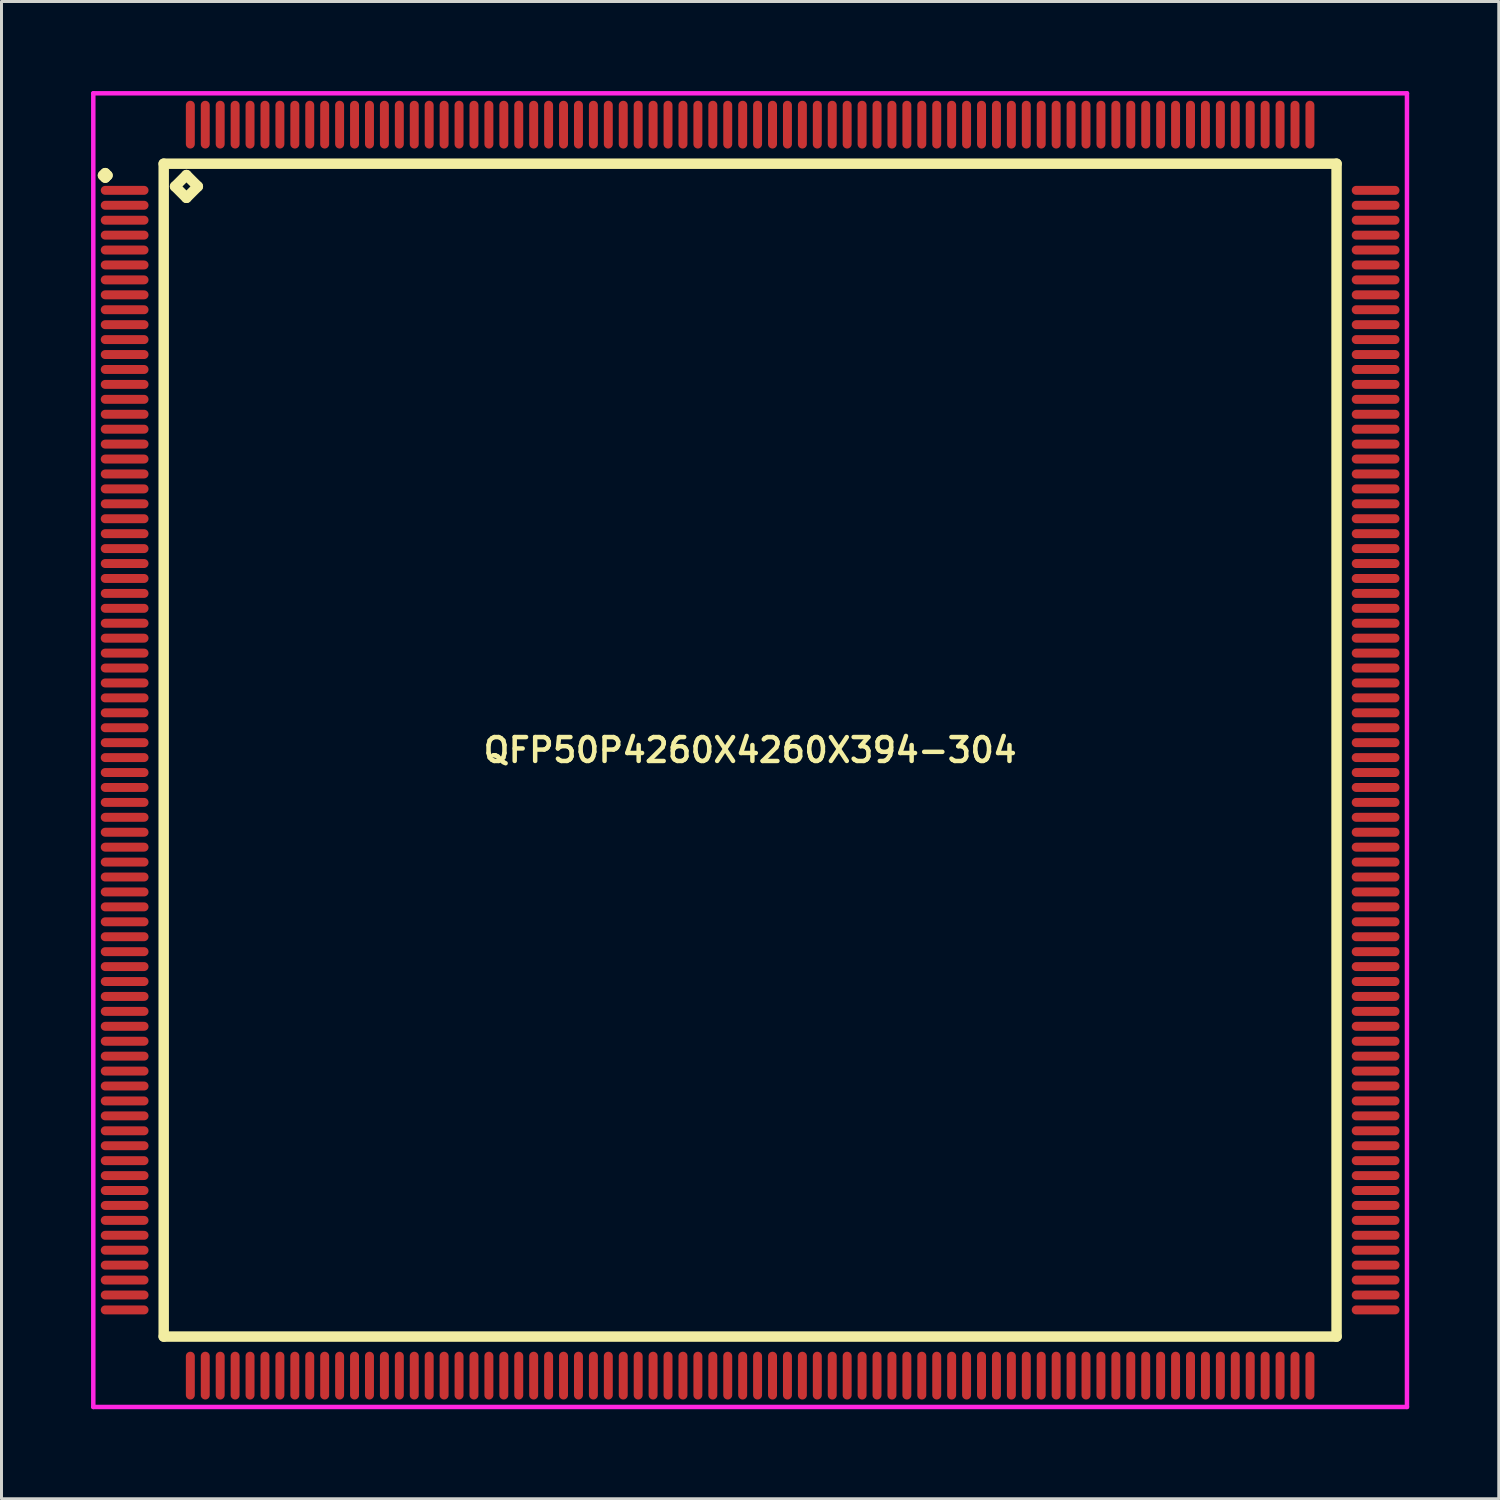
<source format=kicad_pcb>
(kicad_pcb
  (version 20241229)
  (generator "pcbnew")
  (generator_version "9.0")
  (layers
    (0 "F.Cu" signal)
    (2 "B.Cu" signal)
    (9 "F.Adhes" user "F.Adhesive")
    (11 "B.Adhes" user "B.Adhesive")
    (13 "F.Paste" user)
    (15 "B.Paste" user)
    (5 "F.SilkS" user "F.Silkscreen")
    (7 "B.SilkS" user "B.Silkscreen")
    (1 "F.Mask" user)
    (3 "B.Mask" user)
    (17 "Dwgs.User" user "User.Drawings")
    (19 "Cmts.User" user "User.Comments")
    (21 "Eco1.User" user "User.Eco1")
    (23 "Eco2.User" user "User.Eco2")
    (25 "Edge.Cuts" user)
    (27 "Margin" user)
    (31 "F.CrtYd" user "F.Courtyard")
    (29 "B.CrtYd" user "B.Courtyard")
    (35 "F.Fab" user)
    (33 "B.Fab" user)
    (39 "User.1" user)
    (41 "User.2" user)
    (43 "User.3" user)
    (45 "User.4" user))
  (footprint "QFP50P4260X4260X394-304"
    (layer "F.Cu")
    (at 22.075 22.075)
    (property "Reference" "QFP50P4260X4260X394-304" (at 0 0 0) (layer "F.SilkS") (effects (font (size 0.8 0.8) (thickness 0.15))))
    (attr through_hole)
    (fp_line (start -21.675 -19.25) (end -21.6 -19.325) (stroke (width 0.35) (type solid)) (layer "F.SilkS"))
    (fp_line (start -21.6 -19.325) (end -21.525 -19.25) (stroke (width 0.35) (type solid)) (layer "F.SilkS"))
    (fp_line (start -21.6 -19.175) (end -21.675 -19.25) (stroke (width 0.35) (type solid)) (layer "F.SilkS"))
    (fp_line (start -21.525 -19.25) (end -21.6 -19.175) (stroke (width 0.35) (type solid)) (layer "F.SilkS"))
    (fp_line (start -19.642 -19.642) (end -19.642 19.642) (stroke (width 0.35) (type solid)) (layer "F.SilkS"))
    (fp_line (start -19.642 19.642) (end 19.642 19.642) (stroke (width 0.35) (type solid)) (layer "F.SilkS"))
    (fp_line (start -19.261 -18.88) (end -18.88 -19.261) (stroke (width 0.35) (type solid)) (layer "F.SilkS"))
    (fp_line (start -18.88 -19.261) (end -18.499 -18.88) (stroke (width 0.35) (type solid)) (layer "F.SilkS"))
    (fp_line (start -18.88 -18.499) (end -19.261 -18.88) (stroke (width 0.35) (type solid)) (layer "F.SilkS"))
    (fp_line (start -18.499 -18.88) (end -18.88 -18.499) (stroke (width 0.35) (type solid)) (layer "F.SilkS"))
    (fp_line (start 19.642 -19.642) (end -19.642 -19.642) (stroke (width 0.35) (type solid)) (layer "F.SilkS"))
    (fp_line (start 19.642 19.642) (end 19.642 -19.642) (stroke (width 0.35) (type solid)) (layer "F.SilkS"))
    (fp_line (start -22 -22) (end 22 -22) (stroke (width 0.15) (type solid)) (layer "F.CrtYd"))
    (fp_line (start -22 22) (end -22 -22) (stroke (width 0.15) (type solid)) (layer "F.CrtYd"))
    (fp_line (start 22 -22) (end 22 22) (stroke (width 0.15) (type solid)) (layer "F.CrtYd"))
    (fp_line (start 22 22) (end -22 22) (stroke (width 0.15) (type solid)) (layer "F.CrtYd"))
    (pad "1" smd oval (at -20.95 -18.75) (size 1.6 0.3) (layers "F.Cu" "F.Mask" "F.Paste"))
    (pad "2" smd oval (at -20.95 -18.25) (size 1.6 0.3) (layers "F.Cu" "F.Mask" "F.Paste"))
    (pad "3" smd oval (at -20.95 -17.75) (size 1.6 0.3) (layers "F.Cu" "F.Mask" "F.Paste"))
    (pad "4" smd oval (at -20.95 -17.25) (size 1.6 0.3) (layers "F.Cu" "F.Mask" "F.Paste"))
    (pad "5" smd oval (at -20.95 -16.75) (size 1.6 0.3) (layers "F.Cu" "F.Mask" "F.Paste"))
    (pad "6" smd oval (at -20.95 -16.25) (size 1.6 0.3) (layers "F.Cu" "F.Mask" "F.Paste"))
    (pad "7" smd oval (at -20.95 -15.75) (size 1.6 0.3) (layers "F.Cu" "F.Mask" "F.Paste"))
    (pad "8" smd oval (at -20.95 -15.25) (size 1.6 0.3) (layers "F.Cu" "F.Mask" "F.Paste"))
    (pad "9" smd oval (at -20.95 -14.75) (size 1.6 0.3) (layers "F.Cu" "F.Mask" "F.Paste"))
    (pad "10" smd oval (at -20.95 -14.25) (size 1.6 0.3) (layers "F.Cu" "F.Mask" "F.Paste"))
    (pad "11" smd oval (at -20.95 -13.75) (size 1.6 0.3) (layers "F.Cu" "F.Mask" "F.Paste"))
    (pad "12" smd oval (at -20.95 -13.25) (size 1.6 0.3) (layers "F.Cu" "F.Mask" "F.Paste"))
    (pad "13" smd oval (at -20.95 -12.75) (size 1.6 0.3) (layers "F.Cu" "F.Mask" "F.Paste"))
    (pad "14" smd oval (at -20.95 -12.25) (size 1.6 0.3) (layers "F.Cu" "F.Mask" "F.Paste"))
    (pad "15" smd oval (at -20.95 -11.75) (size 1.6 0.3) (layers "F.Cu" "F.Mask" "F.Paste"))
    (pad "16" smd oval (at -20.95 -11.25) (size 1.6 0.3) (layers "F.Cu" "F.Mask" "F.Paste"))
    (pad "17" smd oval (at -20.95 -10.75) (size 1.6 0.3) (layers "F.Cu" "F.Mask" "F.Paste"))
    (pad "18" smd oval (at -20.95 -10.25) (size 1.6 0.3) (layers "F.Cu" "F.Mask" "F.Paste"))
    (pad "19" smd oval (at -20.95 -9.75) (size 1.6 0.3) (layers "F.Cu" "F.Mask" "F.Paste"))
    (pad "20" smd oval (at -20.95 -9.25) (size 1.6 0.3) (layers "F.Cu" "F.Mask" "F.Paste"))
    (pad "21" smd oval (at -20.95 -8.75) (size 1.6 0.3) (layers "F.Cu" "F.Mask" "F.Paste"))
    (pad "22" smd oval (at -20.95 -8.25) (size 1.6 0.3) (layers "F.Cu" "F.Mask" "F.Paste"))
    (pad "23" smd oval (at -20.95 -7.75) (size 1.6 0.3) (layers "F.Cu" "F.Mask" "F.Paste"))
    (pad "24" smd oval (at -20.95 -7.25) (size 1.6 0.3) (layers "F.Cu" "F.Mask" "F.Paste"))
    (pad "25" smd oval (at -20.95 -6.75) (size 1.6 0.3) (layers "F.Cu" "F.Mask" "F.Paste"))
    (pad "26" smd oval (at -20.95 -6.25) (size 1.6 0.3) (layers "F.Cu" "F.Mask" "F.Paste"))
    (pad "27" smd oval (at -20.95 -5.75) (size 1.6 0.3) (layers "F.Cu" "F.Mask" "F.Paste"))
    (pad "28" smd oval (at -20.95 -5.25) (size 1.6 0.3) (layers "F.Cu" "F.Mask" "F.Paste"))
    (pad "29" smd oval (at -20.95 -4.75) (size 1.6 0.3) (layers "F.Cu" "F.Mask" "F.Paste"))
    (pad "30" smd oval (at -20.95 -4.25) (size 1.6 0.3) (layers "F.Cu" "F.Mask" "F.Paste"))
    (pad "31" smd oval (at -20.95 -3.75) (size 1.6 0.3) (layers "F.Cu" "F.Mask" "F.Paste"))
    (pad "32" smd oval (at -20.95 -3.25) (size 1.6 0.3) (layers "F.Cu" "F.Mask" "F.Paste"))
    (pad "33" smd oval (at -20.95 -2.75) (size 1.6 0.3) (layers "F.Cu" "F.Mask" "F.Paste"))
    (pad "34" smd oval (at -20.95 -2.25) (size 1.6 0.3) (layers "F.Cu" "F.Mask" "F.Paste"))
    (pad "35" smd oval (at -20.95 -1.75) (size 1.6 0.3) (layers "F.Cu" "F.Mask" "F.Paste"))
    (pad "36" smd oval (at -20.95 -1.25) (size 1.6 0.3) (layers "F.Cu" "F.Mask" "F.Paste"))
    (pad "37" smd oval (at -20.95 -0.75) (size 1.6 0.3) (layers "F.Cu" "F.Mask" "F.Paste"))
    (pad "38" smd oval (at -20.95 -0.25) (size 1.6 0.3) (layers "F.Cu" "F.Mask" "F.Paste"))
    (pad "39" smd oval (at -20.95 0.25) (size 1.6 0.3) (layers "F.Cu" "F.Mask" "F.Paste"))
    (pad "40" smd oval (at -20.95 0.75) (size 1.6 0.3) (layers "F.Cu" "F.Mask" "F.Paste"))
    (pad "41" smd oval (at -20.95 1.25) (size 1.6 0.3) (layers "F.Cu" "F.Mask" "F.Paste"))
    (pad "42" smd oval (at -20.95 1.75) (size 1.6 0.3) (layers "F.Cu" "F.Mask" "F.Paste"))
    (pad "43" smd oval (at -20.95 2.25) (size 1.6 0.3) (layers "F.Cu" "F.Mask" "F.Paste"))
    (pad "44" smd oval (at -20.95 2.75) (size 1.6 0.3) (layers "F.Cu" "F.Mask" "F.Paste"))
    (pad "45" smd oval (at -20.95 3.25) (size 1.6 0.3) (layers "F.Cu" "F.Mask" "F.Paste"))
    (pad "46" smd oval (at -20.95 3.75) (size 1.6 0.3) (layers "F.Cu" "F.Mask" "F.Paste"))
    (pad "47" smd oval (at -20.95 4.25) (size 1.6 0.3) (layers "F.Cu" "F.Mask" "F.Paste"))
    (pad "48" smd oval (at -20.95 4.75) (size 1.6 0.3) (layers "F.Cu" "F.Mask" "F.Paste"))
    (pad "49" smd oval (at -20.95 5.25) (size 1.6 0.3) (layers "F.Cu" "F.Mask" "F.Paste"))
    (pad "50" smd oval (at -20.95 5.75) (size 1.6 0.3) (layers "F.Cu" "F.Mask" "F.Paste"))
    (pad "51" smd oval (at -20.95 6.25) (size 1.6 0.3) (layers "F.Cu" "F.Mask" "F.Paste"))
    (pad "52" smd oval (at -20.95 6.75) (size 1.6 0.3) (layers "F.Cu" "F.Mask" "F.Paste"))
    (pad "53" smd oval (at -20.95 7.25) (size 1.6 0.3) (layers "F.Cu" "F.Mask" "F.Paste"))
    (pad "54" smd oval (at -20.95 7.75) (size 1.6 0.3) (layers "F.Cu" "F.Mask" "F.Paste"))
    (pad "55" smd oval (at -20.95 8.25) (size 1.6 0.3) (layers "F.Cu" "F.Mask" "F.Paste"))
    (pad "56" smd oval (at -20.95 8.75) (size 1.6 0.3) (layers "F.Cu" "F.Mask" "F.Paste"))
    (pad "57" smd oval (at -20.95 9.25) (size 1.6 0.3) (layers "F.Cu" "F.Mask" "F.Paste"))
    (pad "58" smd oval (at -20.95 9.75) (size 1.6 0.3) (layers "F.Cu" "F.Mask" "F.Paste"))
    (pad "59" smd oval (at -20.95 10.25) (size 1.6 0.3) (layers "F.Cu" "F.Mask" "F.Paste"))
    (pad "60" smd oval (at -20.95 10.75) (size 1.6 0.3) (layers "F.Cu" "F.Mask" "F.Paste"))
    (pad "61" smd oval (at -20.95 11.25) (size 1.6 0.3) (layers "F.Cu" "F.Mask" "F.Paste"))
    (pad "62" smd oval (at -20.95 11.75) (size 1.6 0.3) (layers "F.Cu" "F.Mask" "F.Paste"))
    (pad "63" smd oval (at -20.95 12.25) (size 1.6 0.3) (layers "F.Cu" "F.Mask" "F.Paste"))
    (pad "64" smd oval (at -20.95 12.75) (size 1.6 0.3) (layers "F.Cu" "F.Mask" "F.Paste"))
    (pad "65" smd oval (at -20.95 13.25) (size 1.6 0.3) (layers "F.Cu" "F.Mask" "F.Paste"))
    (pad "66" smd oval (at -20.95 13.75) (size 1.6 0.3) (layers "F.Cu" "F.Mask" "F.Paste"))
    (pad "67" smd oval (at -20.95 14.25) (size 1.6 0.3) (layers "F.Cu" "F.Mask" "F.Paste"))
    (pad "68" smd oval (at -20.95 14.75) (size 1.6 0.3) (layers "F.Cu" "F.Mask" "F.Paste"))
    (pad "69" smd oval (at -20.95 15.25) (size 1.6 0.3) (layers "F.Cu" "F.Mask" "F.Paste"))
    (pad "70" smd oval (at -20.95 15.75) (size 1.6 0.3) (layers "F.Cu" "F.Mask" "F.Paste"))
    (pad "71" smd oval (at -20.95 16.25) (size 1.6 0.3) (layers "F.Cu" "F.Mask" "F.Paste"))
    (pad "72" smd oval (at -20.95 16.75) (size 1.6 0.3) (layers "F.Cu" "F.Mask" "F.Paste"))
    (pad "73" smd oval (at -20.95 17.25) (size 1.6 0.3) (layers "F.Cu" "F.Mask" "F.Paste"))
    (pad "74" smd oval (at -20.95 17.75) (size 1.6 0.3) (layers "F.Cu" "F.Mask" "F.Paste"))
    (pad "75" smd oval (at -20.95 18.25) (size 1.6 0.3) (layers "F.Cu" "F.Mask" "F.Paste"))
    (pad "76" smd oval (at -20.95 18.75) (size 1.6 0.3) (layers "F.Cu" "F.Mask" "F.Paste"))
    (pad "77" smd oval (at -18.75 20.95) (size 0.3 1.6) (layers "F.Cu" "F.Mask" "F.Paste"))
    (pad "78" smd oval (at -18.25 20.95) (size 0.3 1.6) (layers "F.Cu" "F.Mask" "F.Paste"))
    (pad "79" smd oval (at -17.75 20.95) (size 0.3 1.6) (layers "F.Cu" "F.Mask" "F.Paste"))
    (pad "80" smd oval (at -17.25 20.95) (size 0.3 1.6) (layers "F.Cu" "F.Mask" "F.Paste"))
    (pad "81" smd oval (at -16.75 20.95) (size 0.3 1.6) (layers "F.Cu" "F.Mask" "F.Paste"))
    (pad "82" smd oval (at -16.25 20.95) (size 0.3 1.6) (layers "F.Cu" "F.Mask" "F.Paste"))
    (pad "83" smd oval (at -15.75 20.95) (size 0.3 1.6) (layers "F.Cu" "F.Mask" "F.Paste"))
    (pad "84" smd oval (at -15.25 20.95) (size 0.3 1.6) (layers "F.Cu" "F.Mask" "F.Paste"))
    (pad "85" smd oval (at -14.75 20.95) (size 0.3 1.6) (layers "F.Cu" "F.Mask" "F.Paste"))
    (pad "86" smd oval (at -14.25 20.95) (size 0.3 1.6) (layers "F.Cu" "F.Mask" "F.Paste"))
    (pad "87" smd oval (at -13.75 20.95) (size 0.3 1.6) (layers "F.Cu" "F.Mask" "F.Paste"))
    (pad "88" smd oval (at -13.25 20.95) (size 0.3 1.6) (layers "F.Cu" "F.Mask" "F.Paste"))
    (pad "89" smd oval (at -12.75 20.95) (size 0.3 1.6) (layers "F.Cu" "F.Mask" "F.Paste"))
    (pad "90" smd oval (at -12.25 20.95) (size 0.3 1.6) (layers "F.Cu" "F.Mask" "F.Paste"))
    (pad "91" smd oval (at -11.75 20.95) (size 0.3 1.6) (layers "F.Cu" "F.Mask" "F.Paste"))
    (pad "92" smd oval (at -11.25 20.95) (size 0.3 1.6) (layers "F.Cu" "F.Mask" "F.Paste"))
    (pad "93" smd oval (at -10.75 20.95) (size 0.3 1.6) (layers "F.Cu" "F.Mask" "F.Paste"))
    (pad "94" smd oval (at -10.25 20.95) (size 0.3 1.6) (layers "F.Cu" "F.Mask" "F.Paste"))
    (pad "95" smd oval (at -9.75 20.95) (size 0.3 1.6) (layers "F.Cu" "F.Mask" "F.Paste"))
    (pad "96" smd oval (at -9.25 20.95) (size 0.3 1.6) (layers "F.Cu" "F.Mask" "F.Paste"))
    (pad "97" smd oval (at -8.75 20.95) (size 0.3 1.6) (layers "F.Cu" "F.Mask" "F.Paste"))
    (pad "98" smd oval (at -8.25 20.95) (size 0.3 1.6) (layers "F.Cu" "F.Mask" "F.Paste"))
    (pad "99" smd oval (at -7.75 20.95) (size 0.3 1.6) (layers "F.Cu" "F.Mask" "F.Paste"))
    (pad "100" smd oval (at -7.25 20.95) (size 0.3 1.6) (layers "F.Cu" "F.Mask" "F.Paste"))
    (pad "101" smd oval (at -6.75 20.95) (size 0.3 1.6) (layers "F.Cu" "F.Mask" "F.Paste"))
    (pad "102" smd oval (at -6.25 20.95) (size 0.3 1.6) (layers "F.Cu" "F.Mask" "F.Paste"))
    (pad "103" smd oval (at -5.75 20.95) (size 0.3 1.6) (layers "F.Cu" "F.Mask" "F.Paste"))
    (pad "104" smd oval (at -5.25 20.95) (size 0.3 1.6) (layers "F.Cu" "F.Mask" "F.Paste"))
    (pad "105" smd oval (at -4.75 20.95) (size 0.3 1.6) (layers "F.Cu" "F.Mask" "F.Paste"))
    (pad "106" smd oval (at -4.25 20.95) (size 0.3 1.6) (layers "F.Cu" "F.Mask" "F.Paste"))
    (pad "107" smd oval (at -3.75 20.95) (size 0.3 1.6) (layers "F.Cu" "F.Mask" "F.Paste"))
    (pad "108" smd oval (at -3.25 20.95) (size 0.3 1.6) (layers "F.Cu" "F.Mask" "F.Paste"))
    (pad "109" smd oval (at -2.75 20.95) (size 0.3 1.6) (layers "F.Cu" "F.Mask" "F.Paste"))
    (pad "110" smd oval (at -2.25 20.95) (size 0.3 1.6) (layers "F.Cu" "F.Mask" "F.Paste"))
    (pad "111" smd oval (at -1.75 20.95) (size 0.3 1.6) (layers "F.Cu" "F.Mask" "F.Paste"))
    (pad "112" smd oval (at -1.25 20.95) (size 0.3 1.6) (layers "F.Cu" "F.Mask" "F.Paste"))
    (pad "113" smd oval (at -0.75 20.95) (size 0.3 1.6) (layers "F.Cu" "F.Mask" "F.Paste"))
    (pad "114" smd oval (at -0.25 20.95) (size 0.3 1.6) (layers "F.Cu" "F.Mask" "F.Paste"))
    (pad "115" smd oval (at 0.25 20.95) (size 0.3 1.6) (layers "F.Cu" "F.Mask" "F.Paste"))
    (pad "116" smd oval (at 0.75 20.95) (size 0.3 1.6) (layers "F.Cu" "F.Mask" "F.Paste"))
    (pad "117" smd oval (at 1.25 20.95) (size 0.3 1.6) (layers "F.Cu" "F.Mask" "F.Paste"))
    (pad "118" smd oval (at 1.75 20.95) (size 0.3 1.6) (layers "F.Cu" "F.Mask" "F.Paste"))
    (pad "119" smd oval (at 2.25 20.95) (size 0.3 1.6) (layers "F.Cu" "F.Mask" "F.Paste"))
    (pad "120" smd oval (at 2.75 20.95) (size 0.3 1.6) (layers "F.Cu" "F.Mask" "F.Paste"))
    (pad "121" smd oval (at 3.25 20.95) (size 0.3 1.6) (layers "F.Cu" "F.Mask" "F.Paste"))
    (pad "122" smd oval (at 3.75 20.95) (size 0.3 1.6) (layers "F.Cu" "F.Mask" "F.Paste"))
    (pad "123" smd oval (at 4.25 20.95) (size 0.3 1.6) (layers "F.Cu" "F.Mask" "F.Paste"))
    (pad "124" smd oval (at 4.75 20.95) (size 0.3 1.6) (layers "F.Cu" "F.Mask" "F.Paste"))
    (pad "125" smd oval (at 5.25 20.95) (size 0.3 1.6) (layers "F.Cu" "F.Mask" "F.Paste"))
    (pad "126" smd oval (at 5.75 20.95) (size 0.3 1.6) (layers "F.Cu" "F.Mask" "F.Paste"))
    (pad "127" smd oval (at 6.25 20.95) (size 0.3 1.6) (layers "F.Cu" "F.Mask" "F.Paste"))
    (pad "128" smd oval (at 6.75 20.95) (size 0.3 1.6) (layers "F.Cu" "F.Mask" "F.Paste"))
    (pad "129" smd oval (at 7.25 20.95) (size 0.3 1.6) (layers "F.Cu" "F.Mask" "F.Paste"))
    (pad "130" smd oval (at 7.75 20.95) (size 0.3 1.6) (layers "F.Cu" "F.Mask" "F.Paste"))
    (pad "131" smd oval (at 8.25 20.95) (size 0.3 1.6) (layers "F.Cu" "F.Mask" "F.Paste"))
    (pad "132" smd oval (at 8.75 20.95) (size 0.3 1.6) (layers "F.Cu" "F.Mask" "F.Paste"))
    (pad "133" smd oval (at 9.25 20.95) (size 0.3 1.6) (layers "F.Cu" "F.Mask" "F.Paste"))
    (pad "134" smd oval (at 9.75 20.95) (size 0.3 1.6) (layers "F.Cu" "F.Mask" "F.Paste"))
    (pad "135" smd oval (at 10.25 20.95) (size 0.3 1.6) (layers "F.Cu" "F.Mask" "F.Paste"))
    (pad "136" smd oval (at 10.75 20.95) (size 0.3 1.6) (layers "F.Cu" "F.Mask" "F.Paste"))
    (pad "137" smd oval (at 11.25 20.95) (size 0.3 1.6) (layers "F.Cu" "F.Mask" "F.Paste"))
    (pad "138" smd oval (at 11.75 20.95) (size 0.3 1.6) (layers "F.Cu" "F.Mask" "F.Paste"))
    (pad "139" smd oval (at 12.25 20.95) (size 0.3 1.6) (layers "F.Cu" "F.Mask" "F.Paste"))
    (pad "140" smd oval (at 12.75 20.95) (size 0.3 1.6) (layers "F.Cu" "F.Mask" "F.Paste"))
    (pad "141" smd oval (at 13.25 20.95) (size 0.3 1.6) (layers "F.Cu" "F.Mask" "F.Paste"))
    (pad "142" smd oval (at 13.75 20.95) (size 0.3 1.6) (layers "F.Cu" "F.Mask" "F.Paste"))
    (pad "143" smd oval (at 14.25 20.95) (size 0.3 1.6) (layers "F.Cu" "F.Mask" "F.Paste"))
    (pad "144" smd oval (at 14.75 20.95) (size 0.3 1.6) (layers "F.Cu" "F.Mask" "F.Paste"))
    (pad "145" smd oval (at 15.25 20.95) (size 0.3 1.6) (layers "F.Cu" "F.Mask" "F.Paste"))
    (pad "146" smd oval (at 15.75 20.95) (size 0.3 1.6) (layers "F.Cu" "F.Mask" "F.Paste"))
    (pad "147" smd oval (at 16.25 20.95) (size 0.3 1.6) (layers "F.Cu" "F.Mask" "F.Paste"))
    (pad "148" smd oval (at 16.75 20.95) (size 0.3 1.6) (layers "F.Cu" "F.Mask" "F.Paste"))
    (pad "149" smd oval (at 17.25 20.95) (size 0.3 1.6) (layers "F.Cu" "F.Mask" "F.Paste"))
    (pad "150" smd oval (at 17.75 20.95) (size 0.3 1.6) (layers "F.Cu" "F.Mask" "F.Paste"))
    (pad "151" smd oval (at 18.25 20.95) (size 0.3 1.6) (layers "F.Cu" "F.Mask" "F.Paste"))
    (pad "152" smd oval (at 18.75 20.95) (size 0.3 1.6) (layers "F.Cu" "F.Mask" "F.Paste"))
    (pad "153" smd oval (at 20.95 18.75) (size 1.6 0.3) (layers "F.Cu" "F.Mask" "F.Paste"))
    (pad "154" smd oval (at 20.95 18.25) (size 1.6 0.3) (layers "F.Cu" "F.Mask" "F.Paste"))
    (pad "155" smd oval (at 20.95 17.75) (size 1.6 0.3) (layers "F.Cu" "F.Mask" "F.Paste"))
    (pad "156" smd oval (at 20.95 17.25) (size 1.6 0.3) (layers "F.Cu" "F.Mask" "F.Paste"))
    (pad "157" smd oval (at 20.95 16.75) (size 1.6 0.3) (layers "F.Cu" "F.Mask" "F.Paste"))
    (pad "158" smd oval (at 20.95 16.25) (size 1.6 0.3) (layers "F.Cu" "F.Mask" "F.Paste"))
    (pad "159" smd oval (at 20.95 15.75) (size 1.6 0.3) (layers "F.Cu" "F.Mask" "F.Paste"))
    (pad "160" smd oval (at 20.95 15.25) (size 1.6 0.3) (layers "F.Cu" "F.Mask" "F.Paste"))
    (pad "161" smd oval (at 20.95 14.75) (size 1.6 0.3) (layers "F.Cu" "F.Mask" "F.Paste"))
    (pad "162" smd oval (at 20.95 14.25) (size 1.6 0.3) (layers "F.Cu" "F.Mask" "F.Paste"))
    (pad "163" smd oval (at 20.95 13.75) (size 1.6 0.3) (layers "F.Cu" "F.Mask" "F.Paste"))
    (pad "164" smd oval (at 20.95 13.25) (size 1.6 0.3) (layers "F.Cu" "F.Mask" "F.Paste"))
    (pad "165" smd oval (at 20.95 12.75) (size 1.6 0.3) (layers "F.Cu" "F.Mask" "F.Paste"))
    (pad "166" smd oval (at 20.95 12.25) (size 1.6 0.3) (layers "F.Cu" "F.Mask" "F.Paste"))
    (pad "167" smd oval (at 20.95 11.75) (size 1.6 0.3) (layers "F.Cu" "F.Mask" "F.Paste"))
    (pad "168" smd oval (at 20.95 11.25) (size 1.6 0.3) (layers "F.Cu" "F.Mask" "F.Paste"))
    (pad "169" smd oval (at 20.95 10.75) (size 1.6 0.3) (layers "F.Cu" "F.Mask" "F.Paste"))
    (pad "170" smd oval (at 20.95 10.25) (size 1.6 0.3) (layers "F.Cu" "F.Mask" "F.Paste"))
    (pad "171" smd oval (at 20.95 9.75) (size 1.6 0.3) (layers "F.Cu" "F.Mask" "F.Paste"))
    (pad "172" smd oval (at 20.95 9.25) (size 1.6 0.3) (layers "F.Cu" "F.Mask" "F.Paste"))
    (pad "173" smd oval (at 20.95 8.75) (size 1.6 0.3) (layers "F.Cu" "F.Mask" "F.Paste"))
    (pad "174" smd oval (at 20.95 8.25) (size 1.6 0.3) (layers "F.Cu" "F.Mask" "F.Paste"))
    (pad "175" smd oval (at 20.95 7.75) (size 1.6 0.3) (layers "F.Cu" "F.Mask" "F.Paste"))
    (pad "176" smd oval (at 20.95 7.25) (size 1.6 0.3) (layers "F.Cu" "F.Mask" "F.Paste"))
    (pad "177" smd oval (at 20.95 6.75) (size 1.6 0.3) (layers "F.Cu" "F.Mask" "F.Paste"))
    (pad "178" smd oval (at 20.95 6.25) (size 1.6 0.3) (layers "F.Cu" "F.Mask" "F.Paste"))
    (pad "179" smd oval (at 20.95 5.75) (size 1.6 0.3) (layers "F.Cu" "F.Mask" "F.Paste"))
    (pad "180" smd oval (at 20.95 5.25) (size 1.6 0.3) (layers "F.Cu" "F.Mask" "F.Paste"))
    (pad "181" smd oval (at 20.95 4.75) (size 1.6 0.3) (layers "F.Cu" "F.Mask" "F.Paste"))
    (pad "182" smd oval (at 20.95 4.25) (size 1.6 0.3) (layers "F.Cu" "F.Mask" "F.Paste"))
    (pad "183" smd oval (at 20.95 3.75) (size 1.6 0.3) (layers "F.Cu" "F.Mask" "F.Paste"))
    (pad "184" smd oval (at 20.95 3.25) (size 1.6 0.3) (layers "F.Cu" "F.Mask" "F.Paste"))
    (pad "185" smd oval (at 20.95 2.75) (size 1.6 0.3) (layers "F.Cu" "F.Mask" "F.Paste"))
    (pad "186" smd oval (at 20.95 2.25) (size 1.6 0.3) (layers "F.Cu" "F.Mask" "F.Paste"))
    (pad "187" smd oval (at 20.95 1.75) (size 1.6 0.3) (layers "F.Cu" "F.Mask" "F.Paste"))
    (pad "188" smd oval (at 20.95 1.25) (size 1.6 0.3) (layers "F.Cu" "F.Mask" "F.Paste"))
    (pad "189" smd oval (at 20.95 0.75) (size 1.6 0.3) (layers "F.Cu" "F.Mask" "F.Paste"))
    (pad "190" smd oval (at 20.95 0.25) (size 1.6 0.3) (layers "F.Cu" "F.Mask" "F.Paste"))
    (pad "191" smd oval (at 20.95 -0.25) (size 1.6 0.3) (layers "F.Cu" "F.Mask" "F.Paste"))
    (pad "192" smd oval (at 20.95 -0.75) (size 1.6 0.3) (layers "F.Cu" "F.Mask" "F.Paste"))
    (pad "193" smd oval (at 20.95 -1.25) (size 1.6 0.3) (layers "F.Cu" "F.Mask" "F.Paste"))
    (pad "194" smd oval (at 20.95 -1.75) (size 1.6 0.3) (layers "F.Cu" "F.Mask" "F.Paste"))
    (pad "195" smd oval (at 20.95 -2.25) (size 1.6 0.3) (layers "F.Cu" "F.Mask" "F.Paste"))
    (pad "196" smd oval (at 20.95 -2.75) (size 1.6 0.3) (layers "F.Cu" "F.Mask" "F.Paste"))
    (pad "197" smd oval (at 20.95 -3.25) (size 1.6 0.3) (layers "F.Cu" "F.Mask" "F.Paste"))
    (pad "198" smd oval (at 20.95 -3.75) (size 1.6 0.3) (layers "F.Cu" "F.Mask" "F.Paste"))
    (pad "199" smd oval (at 20.95 -4.25) (size 1.6 0.3) (layers "F.Cu" "F.Mask" "F.Paste"))
    (pad "200" smd oval (at 20.95 -4.75) (size 1.6 0.3) (layers "F.Cu" "F.Mask" "F.Paste"))
    (pad "201" smd oval (at 20.95 -5.25) (size 1.6 0.3) (layers "F.Cu" "F.Mask" "F.Paste"))
    (pad "202" smd oval (at 20.95 -5.75) (size 1.6 0.3) (layers "F.Cu" "F.Mask" "F.Paste"))
    (pad "203" smd oval (at 20.95 -6.25) (size 1.6 0.3) (layers "F.Cu" "F.Mask" "F.Paste"))
    (pad "204" smd oval (at 20.95 -6.75) (size 1.6 0.3) (layers "F.Cu" "F.Mask" "F.Paste"))
    (pad "205" smd oval (at 20.95 -7.25) (size 1.6 0.3) (layers "F.Cu" "F.Mask" "F.Paste"))
    (pad "206" smd oval (at 20.95 -7.75) (size 1.6 0.3) (layers "F.Cu" "F.Mask" "F.Paste"))
    (pad "207" smd oval (at 20.95 -8.25) (size 1.6 0.3) (layers "F.Cu" "F.Mask" "F.Paste"))
    (pad "208" smd oval (at 20.95 -8.75) (size 1.6 0.3) (layers "F.Cu" "F.Mask" "F.Paste"))
    (pad "209" smd oval (at 20.95 -9.25) (size 1.6 0.3) (layers "F.Cu" "F.Mask" "F.Paste"))
    (pad "210" smd oval (at 20.95 -9.75) (size 1.6 0.3) (layers "F.Cu" "F.Mask" "F.Paste"))
    (pad "211" smd oval (at 20.95 -10.25) (size 1.6 0.3) (layers "F.Cu" "F.Mask" "F.Paste"))
    (pad "212" smd oval (at 20.95 -10.75) (size 1.6 0.3) (layers "F.Cu" "F.Mask" "F.Paste"))
    (pad "213" smd oval (at 20.95 -11.25) (size 1.6 0.3) (layers "F.Cu" "F.Mask" "F.Paste"))
    (pad "214" smd oval (at 20.95 -11.75) (size 1.6 0.3) (layers "F.Cu" "F.Mask" "F.Paste"))
    (pad "215" smd oval (at 20.95 -12.25) (size 1.6 0.3) (layers "F.Cu" "F.Mask" "F.Paste"))
    (pad "216" smd oval (at 20.95 -12.75) (size 1.6 0.3) (layers "F.Cu" "F.Mask" "F.Paste"))
    (pad "217" smd oval (at 20.95 -13.25) (size 1.6 0.3) (layers "F.Cu" "F.Mask" "F.Paste"))
    (pad "218" smd oval (at 20.95 -13.75) (size 1.6 0.3) (layers "F.Cu" "F.Mask" "F.Paste"))
    (pad "219" smd oval (at 20.95 -14.25) (size 1.6 0.3) (layers "F.Cu" "F.Mask" "F.Paste"))
    (pad "220" smd oval (at 20.95 -14.75) (size 1.6 0.3) (layers "F.Cu" "F.Mask" "F.Paste"))
    (pad "221" smd oval (at 20.95 -15.25) (size 1.6 0.3) (layers "F.Cu" "F.Mask" "F.Paste"))
    (pad "222" smd oval (at 20.95 -15.75) (size 1.6 0.3) (layers "F.Cu" "F.Mask" "F.Paste"))
    (pad "223" smd oval (at 20.95 -16.25) (size 1.6 0.3) (layers "F.Cu" "F.Mask" "F.Paste"))
    (pad "224" smd oval (at 20.95 -16.75) (size 1.6 0.3) (layers "F.Cu" "F.Mask" "F.Paste"))
    (pad "225" smd oval (at 20.95 -17.25) (size 1.6 0.3) (layers "F.Cu" "F.Mask" "F.Paste"))
    (pad "226" smd oval (at 20.95 -17.75) (size 1.6 0.3) (layers "F.Cu" "F.Mask" "F.Paste"))
    (pad "227" smd oval (at 20.95 -18.25) (size 1.6 0.3) (layers "F.Cu" "F.Mask" "F.Paste"))
    (pad "228" smd oval (at 20.95 -18.75) (size 1.6 0.3) (layers "F.Cu" "F.Mask" "F.Paste"))
    (pad "229" smd oval (at 18.75 -20.95) (size 0.3 1.6) (layers "F.Cu" "F.Mask" "F.Paste"))
    (pad "230" smd oval (at 18.25 -20.95) (size 0.3 1.6) (layers "F.Cu" "F.Mask" "F.Paste"))
    (pad "231" smd oval (at 17.75 -20.95) (size 0.3 1.6) (layers "F.Cu" "F.Mask" "F.Paste"))
    (pad "232" smd oval (at 17.25 -20.95) (size 0.3 1.6) (layers "F.Cu" "F.Mask" "F.Paste"))
    (pad "233" smd oval (at 16.75 -20.95) (size 0.3 1.6) (layers "F.Cu" "F.Mask" "F.Paste"))
    (pad "234" smd oval (at 16.25 -20.95) (size 0.3 1.6) (layers "F.Cu" "F.Mask" "F.Paste"))
    (pad "235" smd oval (at 15.75 -20.95) (size 0.3 1.6) (layers "F.Cu" "F.Mask" "F.Paste"))
    (pad "236" smd oval (at 15.25 -20.95) (size 0.3 1.6) (layers "F.Cu" "F.Mask" "F.Paste"))
    (pad "237" smd oval (at 14.75 -20.95) (size 0.3 1.6) (layers "F.Cu" "F.Mask" "F.Paste"))
    (pad "238" smd oval (at 14.25 -20.95) (size 0.3 1.6) (layers "F.Cu" "F.Mask" "F.Paste"))
    (pad "239" smd oval (at 13.75 -20.95) (size 0.3 1.6) (layers "F.Cu" "F.Mask" "F.Paste"))
    (pad "240" smd oval (at 13.25 -20.95) (size 0.3 1.6) (layers "F.Cu" "F.Mask" "F.Paste"))
    (pad "241" smd oval (at 12.75 -20.95) (size 0.3 1.6) (layers "F.Cu" "F.Mask" "F.Paste"))
    (pad "242" smd oval (at 12.25 -20.95) (size 0.3 1.6) (layers "F.Cu" "F.Mask" "F.Paste"))
    (pad "243" smd oval (at 11.75 -20.95) (size 0.3 1.6) (layers "F.Cu" "F.Mask" "F.Paste"))
    (pad "244" smd oval (at 11.25 -20.95) (size 0.3 1.6) (layers "F.Cu" "F.Mask" "F.Paste"))
    (pad "245" smd oval (at 10.75 -20.95) (size 0.3 1.6) (layers "F.Cu" "F.Mask" "F.Paste"))
    (pad "246" smd oval (at 10.25 -20.95) (size 0.3 1.6) (layers "F.Cu" "F.Mask" "F.Paste"))
    (pad "247" smd oval (at 9.75 -20.95) (size 0.3 1.6) (layers "F.Cu" "F.Mask" "F.Paste"))
    (pad "248" smd oval (at 9.25 -20.95) (size 0.3 1.6) (layers "F.Cu" "F.Mask" "F.Paste"))
    (pad "249" smd oval (at 8.75 -20.95) (size 0.3 1.6) (layers "F.Cu" "F.Mask" "F.Paste"))
    (pad "250" smd oval (at 8.25 -20.95) (size 0.3 1.6) (layers "F.Cu" "F.Mask" "F.Paste"))
    (pad "251" smd oval (at 7.75 -20.95) (size 0.3 1.6) (layers "F.Cu" "F.Mask" "F.Paste"))
    (pad "252" smd oval (at 7.25 -20.95) (size 0.3 1.6) (layers "F.Cu" "F.Mask" "F.Paste"))
    (pad "253" smd oval (at 6.75 -20.95) (size 0.3 1.6) (layers "F.Cu" "F.Mask" "F.Paste"))
    (pad "254" smd oval (at 6.25 -20.95) (size 0.3 1.6) (layers "F.Cu" "F.Mask" "F.Paste"))
    (pad "255" smd oval (at 5.75 -20.95) (size 0.3 1.6) (layers "F.Cu" "F.Mask" "F.Paste"))
    (pad "256" smd oval (at 5.25 -20.95) (size 0.3 1.6) (layers "F.Cu" "F.Mask" "F.Paste"))
    (pad "257" smd oval (at 4.75 -20.95) (size 0.3 1.6) (layers "F.Cu" "F.Mask" "F.Paste"))
    (pad "258" smd oval (at 4.25 -20.95) (size 0.3 1.6) (layers "F.Cu" "F.Mask" "F.Paste"))
    (pad "259" smd oval (at 3.75 -20.95) (size 0.3 1.6) (layers "F.Cu" "F.Mask" "F.Paste"))
    (pad "260" smd oval (at 3.25 -20.95) (size 0.3 1.6) (layers "F.Cu" "F.Mask" "F.Paste"))
    (pad "261" smd oval (at 2.75 -20.95) (size 0.3 1.6) (layers "F.Cu" "F.Mask" "F.Paste"))
    (pad "262" smd oval (at 2.25 -20.95) (size 0.3 1.6) (layers "F.Cu" "F.Mask" "F.Paste"))
    (pad "263" smd oval (at 1.75 -20.95) (size 0.3 1.6) (layers "F.Cu" "F.Mask" "F.Paste"))
    (pad "264" smd oval (at 1.25 -20.95) (size 0.3 1.6) (layers "F.Cu" "F.Mask" "F.Paste"))
    (pad "265" smd oval (at 0.75 -20.95) (size 0.3 1.6) (layers "F.Cu" "F.Mask" "F.Paste"))
    (pad "266" smd oval (at 0.25 -20.95) (size 0.3 1.6) (layers "F.Cu" "F.Mask" "F.Paste"))
    (pad "267" smd oval (at -0.25 -20.95) (size 0.3 1.6) (layers "F.Cu" "F.Mask" "F.Paste"))
    (pad "268" smd oval (at -0.75 -20.95) (size 0.3 1.6) (layers "F.Cu" "F.Mask" "F.Paste"))
    (pad "269" smd oval (at -1.25 -20.95) (size 0.3 1.6) (layers "F.Cu" "F.Mask" "F.Paste"))
    (pad "270" smd oval (at -1.75 -20.95) (size 0.3 1.6) (layers "F.Cu" "F.Mask" "F.Paste"))
    (pad "271" smd oval (at -2.25 -20.95) (size 0.3 1.6) (layers "F.Cu" "F.Mask" "F.Paste"))
    (pad "272" smd oval (at -2.75 -20.95) (size 0.3 1.6) (layers "F.Cu" "F.Mask" "F.Paste"))
    (pad "273" smd oval (at -3.25 -20.95) (size 0.3 1.6) (layers "F.Cu" "F.Mask" "F.Paste"))
    (pad "274" smd oval (at -3.75 -20.95) (size 0.3 1.6) (layers "F.Cu" "F.Mask" "F.Paste"))
    (pad "275" smd oval (at -4.25 -20.95) (size 0.3 1.6) (layers "F.Cu" "F.Mask" "F.Paste"))
    (pad "276" smd oval (at -4.75 -20.95) (size 0.3 1.6) (layers "F.Cu" "F.Mask" "F.Paste"))
    (pad "277" smd oval (at -5.25 -20.95) (size 0.3 1.6) (layers "F.Cu" "F.Mask" "F.Paste"))
    (pad "278" smd oval (at -5.75 -20.95) (size 0.3 1.6) (layers "F.Cu" "F.Mask" "F.Paste"))
    (pad "279" smd oval (at -6.25 -20.95) (size 0.3 1.6) (layers "F.Cu" "F.Mask" "F.Paste"))
    (pad "280" smd oval (at -6.75 -20.95) (size 0.3 1.6) (layers "F.Cu" "F.Mask" "F.Paste"))
    (pad "281" smd oval (at -7.25 -20.95) (size 0.3 1.6) (layers "F.Cu" "F.Mask" "F.Paste"))
    (pad "282" smd oval (at -7.75 -20.95) (size 0.3 1.6) (layers "F.Cu" "F.Mask" "F.Paste"))
    (pad "283" smd oval (at -8.25 -20.95) (size 0.3 1.6) (layers "F.Cu" "F.Mask" "F.Paste"))
    (pad "284" smd oval (at -8.75 -20.95) (size 0.3 1.6) (layers "F.Cu" "F.Mask" "F.Paste"))
    (pad "285" smd oval (at -9.25 -20.95) (size 0.3 1.6) (layers "F.Cu" "F.Mask" "F.Paste"))
    (pad "286" smd oval (at -9.75 -20.95) (size 0.3 1.6) (layers "F.Cu" "F.Mask" "F.Paste"))
    (pad "287" smd oval (at -10.25 -20.95) (size 0.3 1.6) (layers "F.Cu" "F.Mask" "F.Paste"))
    (pad "288" smd oval (at -10.75 -20.95) (size 0.3 1.6) (layers "F.Cu" "F.Mask" "F.Paste"))
    (pad "289" smd oval (at -11.25 -20.95) (size 0.3 1.6) (layers "F.Cu" "F.Mask" "F.Paste"))
    (pad "290" smd oval (at -11.75 -20.95) (size 0.3 1.6) (layers "F.Cu" "F.Mask" "F.Paste"))
    (pad "291" smd oval (at -12.25 -20.95) (size 0.3 1.6) (layers "F.Cu" "F.Mask" "F.Paste"))
    (pad "292" smd oval (at -12.75 -20.95) (size 0.3 1.6) (layers "F.Cu" "F.Mask" "F.Paste"))
    (pad "293" smd oval (at -13.25 -20.95) (size 0.3 1.6) (layers "F.Cu" "F.Mask" "F.Paste"))
    (pad "294" smd oval (at -13.75 -20.95) (size 0.3 1.6) (layers "F.Cu" "F.Mask" "F.Paste"))
    (pad "295" smd oval (at -14.25 -20.95) (size 0.3 1.6) (layers "F.Cu" "F.Mask" "F.Paste"))
    (pad "296" smd oval (at -14.75 -20.95) (size 0.3 1.6) (layers "F.Cu" "F.Mask" "F.Paste"))
    (pad "297" smd oval (at -15.25 -20.95) (size 0.3 1.6) (layers "F.Cu" "F.Mask" "F.Paste"))
    (pad "298" smd oval (at -15.75 -20.95) (size 0.3 1.6) (layers "F.Cu" "F.Mask" "F.Paste"))
    (pad "299" smd oval (at -16.25 -20.95) (size 0.3 1.6) (layers "F.Cu" "F.Mask" "F.Paste"))
    (pad "300" smd oval (at -16.75 -20.95) (size 0.3 1.6) (layers "F.Cu" "F.Mask" "F.Paste"))
    (pad "301" smd oval (at -17.25 -20.95) (size 0.3 1.6) (layers "F.Cu" "F.Mask" "F.Paste"))
    (pad "302" smd oval (at -17.75 -20.95) (size 0.3 1.6) (layers "F.Cu" "F.Mask" "F.Paste"))
    (pad "303" smd oval (at -18.25 -20.95) (size 0.3 1.6) (layers "F.Cu" "F.Mask" "F.Paste"))
    (pad "304" smd oval (at -18.75 -20.95) (size 0.3 1.6) (layers "F.Cu" "F.Mask" "F.Paste")))
  (gr_rect
    (start -3 -3)
    (end 47.15 47.15)
    (stroke (width 0.1) (type default))
    (fill no)
    (layer "Edge.Cuts")))
</source>
